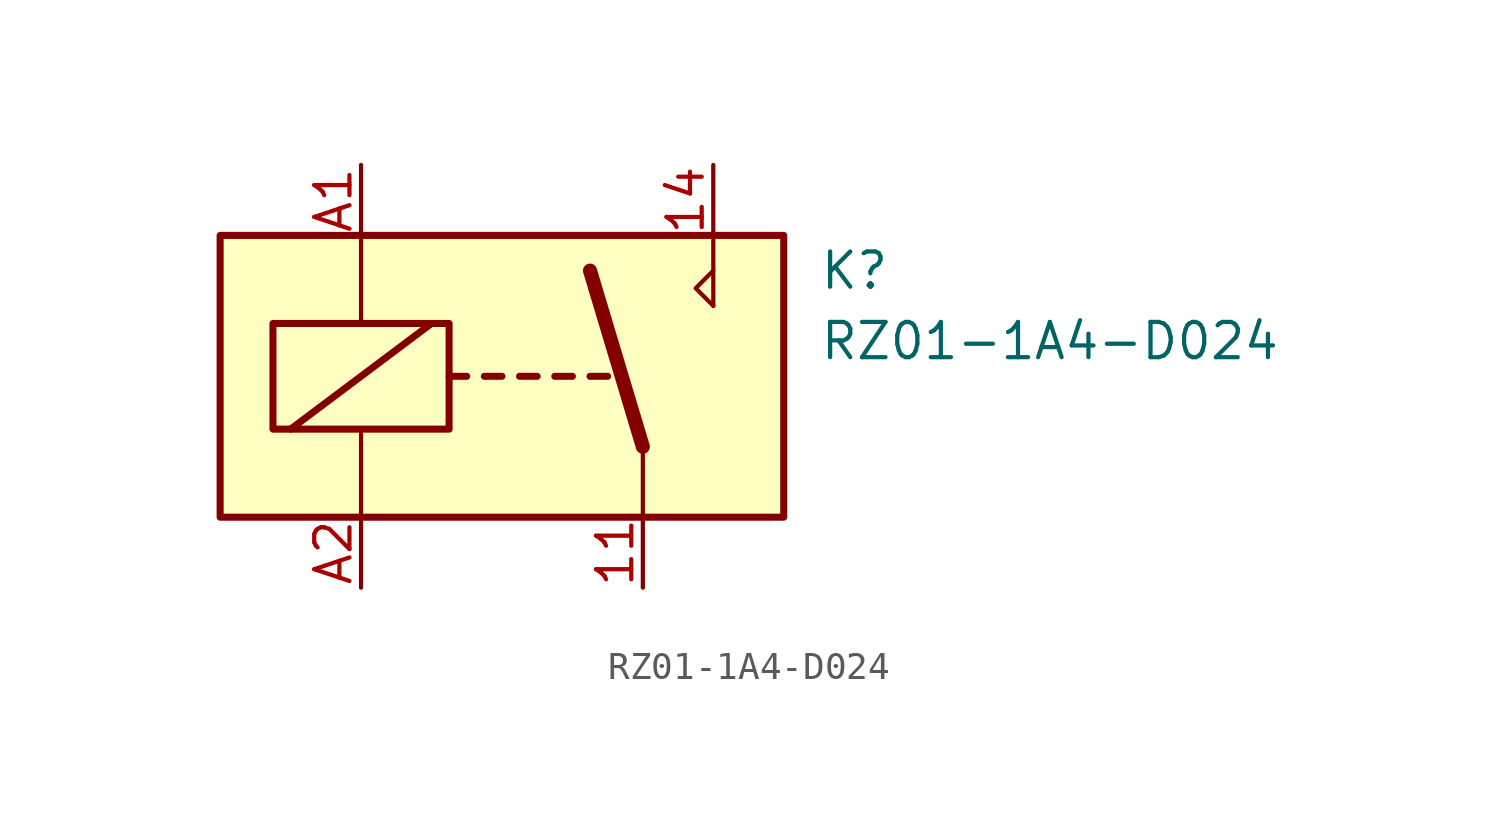
<source format=kicad_sym>
(kicad_symbol_lib
  (version 20220914)
  (generator kicad_symbol_editor)
  (symbol "RZ01-1A4-D024"
    (pin_names
      (offset 1.016))
    (property "Reference" "K"
      (at 11.43 3.81 0)
      (effects (font (size 1.27 1.27)) (justify left)))
    (property "Value" "RZ01-1A4-D024"
      (at 11.43 1.27 0)
      (effects (font (size 1.27 1.27)) (justify left)))
    (symbol "RZ01-1A4-D024_0_1"
      (rectangle (start -10.16 5.08) (end 10.16 -5.08) (stroke (width 0.254) (type solid)) (fill (type background)))
      (rectangle (start -8.255 1.905) (end -1.905 -1.905) (stroke (width 0.254) (type solid)) (fill (type none)))
      (polyline (pts (xy -7.62 -1.905) (xy -2.54 1.905)) (stroke (width 0.254) (type solid)) (fill (type none)))
      (polyline (pts (xy -5.08 -5.08) (xy -5.08 -1.905)) (stroke (width 0) (type solid)) (fill (type none)))
      (polyline (pts (xy -5.08 5.08) (xy -5.08 1.905)) (stroke (width 0) (type solid)) (fill (type none)))
      (polyline (pts (xy -1.905 0) (xy -1.27 0)) (stroke (width 0.254) (type solid)) (fill (type none)))
      (polyline (pts (xy -0.635 0) (xy 0 0)) (stroke (width 0.254) (type solid)) (fill (type none)))
      (polyline (pts (xy 0.635 0) (xy 1.27 0)) (stroke (width 0.254) (type solid)) (fill (type none)))
      (polyline (pts (xy 1.905 0) (xy 2.54 0)) (stroke (width 0.254) (type solid)) (fill (type none)))
      (polyline (pts (xy 3.175 0) (xy 3.81 0)) (stroke (width 0.254) (type solid)) (fill (type none)))
      (polyline (pts (xy 5.08 -2.54) (xy 3.175 3.81)) (stroke (width 0.508) (type solid)) (fill (type none)))
      (polyline (pts (xy 5.08 -2.54) (xy 5.08 -5.08)) (stroke (width 0) (type solid)) (fill (type none)))
      (polyline (pts (xy 7.62 2.54) (xy 7.62 5.08)) (stroke (width 0) (type solid)) (fill (type none)))
      (polyline (pts (xy 7.62 2.54) (xy 6.985 3.175) (xy 7.62 3.81)) (stroke (width 0) (type solid)) (fill (type none))))
    (symbol "RZ01-1A4-D024_1_1"
      (pin passive line (at 5.08 -7.62 90) (length 2.54) (name "~" (effects (font (size 1.27 1.27)))) (number "11" (effects (font (size 1.27 1.27)))))
      (pin passive line (at 7.62 7.62 270) (length 2.54) (name "~" (effects (font (size 1.27 1.27)))) (number "14" (effects (font (size 1.27 1.27)))))
      (pin passive line (at -5.08 7.62 270) (length 2.54) (name "~" (effects (font (size 1.27 1.27)))) (number "A1" (effects (font (size 1.27 1.27)))))
      (pin passive line (at -5.08 -7.62 90) (length 2.54) (name "~" (effects (font (size 1.27 1.27)))) (number "A2" (effects (font (size 1.27 1.27))))))))
</source>
